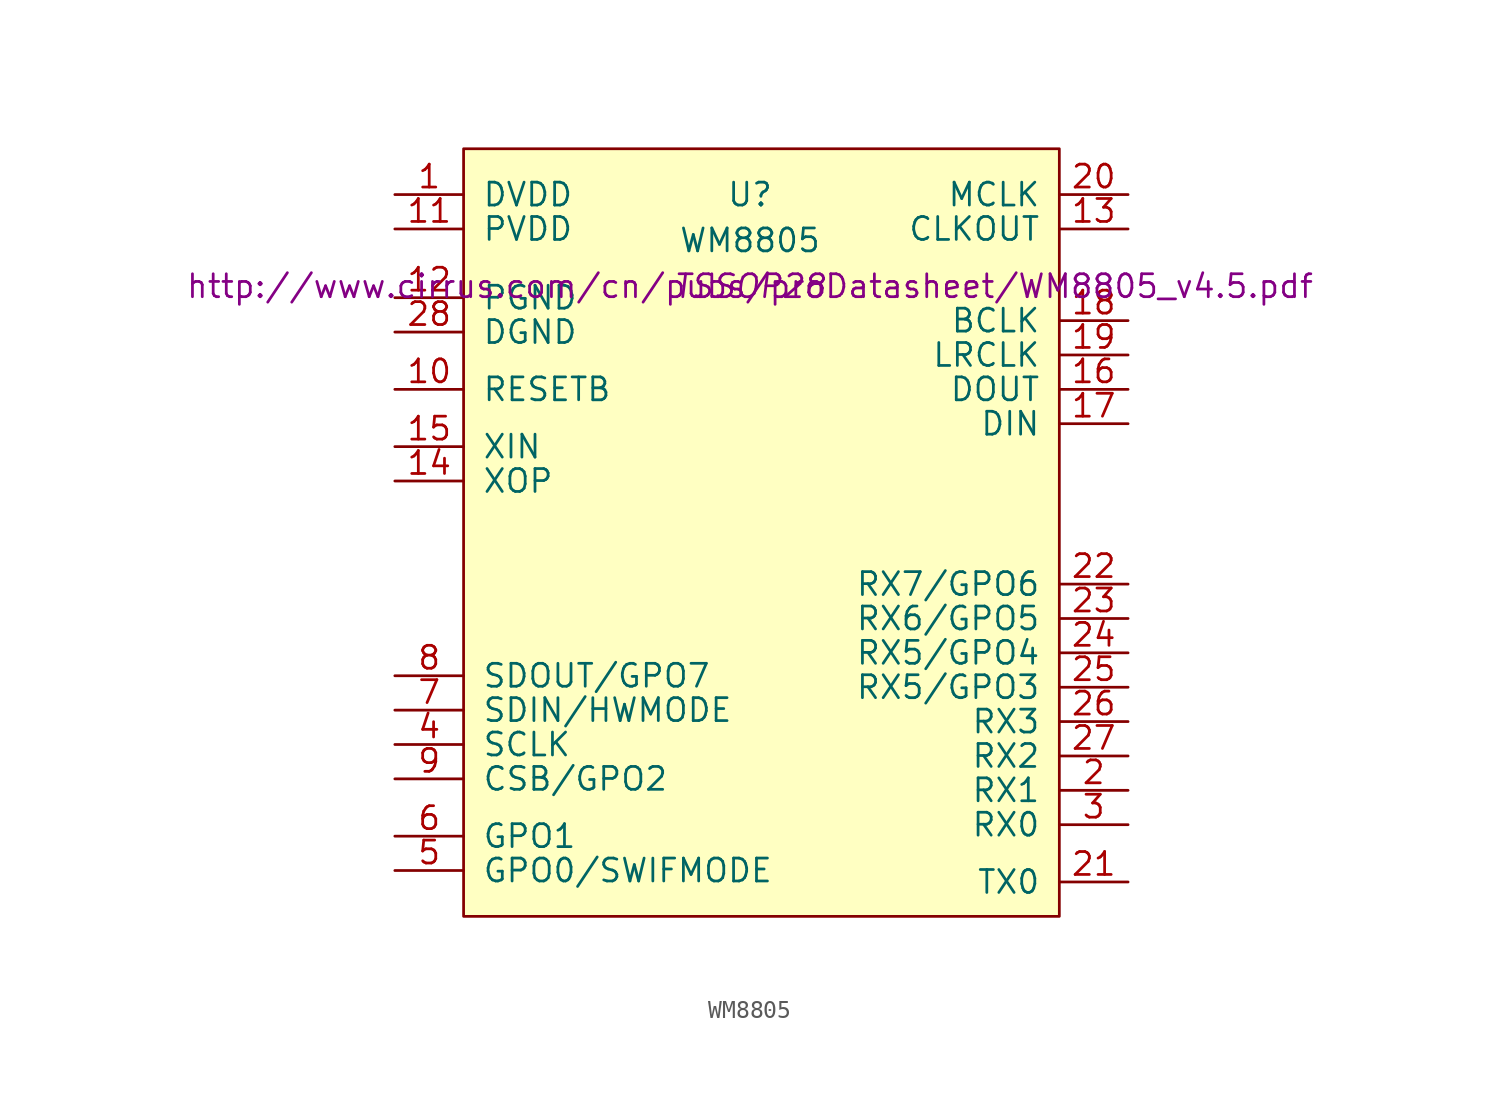
<source format=kicad_sym>
(kicad_symbol_lib
  (version 20211014)
  (generator kicad_symbol_editor)
  (symbol "WM8805"
    (pin_names
      (offset 1.016))
    (property "Reference" "U"
      (at -0.635 19.685 0)
      (effects (font (size 1.27 1.27))))
    (property "Value" "WM8805"
      (at -0.635 17.145 0)
      (effects (font (size 1.27 1.27))))
    (property "Footprint" "TSSOP28"
      (at -0.635 14.605 0)
      (effects (font (size 1.27 1.27) italic)))
    (property "Datasheet" "http://www.cirrus.com/cn/pubs/proDatasheet/WM8805_v4.5.pdf"
      (at -0.635 14.605 0)
      (effects (font (size 1.27 1.27))))
    (symbol "WM8805_0_1"
      (rectangle (start -16.51 22.225) (end 16.51 -20.32) (stroke (width 0) (type default) (color 0 0 0 0)) (fill (type background))))
    (symbol "WM8805_1_1"
      (pin power_in line (at -20.32 19.685 0) (length 3.81) (name "DVDD" (effects (font (size 1.27 1.27)))) (number "1" (effects (font (size 1.27 1.27)))))
      (pin input line (at -20.32 8.89 0) (length 3.81) (name "RESETB" (effects (font (size 1.27 1.27)))) (number "10" (effects (font (size 1.27 1.27)))))
      (pin power_in line (at -20.32 17.78 0) (length 3.81) (name "PVDD" (effects (font (size 1.27 1.27)))) (number "11" (effects (font (size 1.27 1.27)))))
      (pin power_in line (at -20.32 13.97 0) (length 3.81) (name "PGND" (effects (font (size 1.27 1.27)))) (number "12" (effects (font (size 1.27 1.27)))))
      (pin output line (at 20.32 17.78 180) (length 3.81) (name "CLKOUT" (effects (font (size 1.27 1.27)))) (number "13" (effects (font (size 1.27 1.27)))))
      (pin bidirectional line (at -20.32 3.81 0) (length 3.81) (name "XOP" (effects (font (size 1.27 1.27)))) (number "14" (effects (font (size 1.27 1.27)))))
      (pin bidirectional line (at -20.32 5.715 0) (length 3.81) (name "XIN" (effects (font (size 1.27 1.27)))) (number "15" (effects (font (size 1.27 1.27)))))
      (pin output line (at 20.32 8.89 180) (length 3.81) (name "DOUT" (effects (font (size 1.27 1.27)))) (number "16" (effects (font (size 1.27 1.27)))))
      (pin input line (at 20.32 6.985 180) (length 3.81) (name "DIN" (effects (font (size 1.27 1.27)))) (number "17" (effects (font (size 1.27 1.27)))))
      (pin bidirectional line (at 20.32 12.7 180) (length 3.81) (name "BCLK" (effects (font (size 1.27 1.27)))) (number "18" (effects (font (size 1.27 1.27)))))
      (pin bidirectional line (at 20.32 10.795 180) (length 3.81) (name "LRCLK" (effects (font (size 1.27 1.27)))) (number "19" (effects (font (size 1.27 1.27)))))
      (pin input line (at 20.32 -13.335 180) (length 3.81) (name "RX1" (effects (font (size 1.27 1.27)))) (number "2" (effects (font (size 1.27 1.27)))))
      (pin bidirectional line (at 20.32 19.685 180) (length 3.81) (name "MCLK" (effects (font (size 1.27 1.27)))) (number "20" (effects (font (size 1.27 1.27)))))
      (pin output line (at 20.32 -18.415 180) (length 3.81) (name "TX0" (effects (font (size 1.27 1.27)))) (number "21" (effects (font (size 1.27 1.27)))))
      (pin input line (at 20.32 -1.905 180) (length 3.81) (name "RX7/GPO6" (effects (font (size 1.27 1.27)))) (number "22" (effects (font (size 1.27 1.27)))))
      (pin input line (at 20.32 -3.81 180) (length 3.81) (name "RX6/GPO5" (effects (font (size 1.27 1.27)))) (number "23" (effects (font (size 1.27 1.27)))))
      (pin input line (at 20.32 -5.715 180) (length 3.81) (name "RX5/GPO4" (effects (font (size 1.27 1.27)))) (number "24" (effects (font (size 1.27 1.27)))))
      (pin input line (at 20.32 -7.62 180) (length 3.81) (name "RX5/GPO3" (effects (font (size 1.27 1.27)))) (number "25" (effects (font (size 1.27 1.27)))))
      (pin input line (at 20.32 -9.525 180) (length 3.81) (name "RX3" (effects (font (size 1.27 1.27)))) (number "26" (effects (font (size 1.27 1.27)))))
      (pin input line (at 20.32 -11.43 180) (length 3.81) (name "RX2" (effects (font (size 1.27 1.27)))) (number "27" (effects (font (size 1.27 1.27)))))
      (pin power_in line (at -20.32 12.065 0) (length 3.81) (name "DGND" (effects (font (size 1.27 1.27)))) (number "28" (effects (font (size 1.27 1.27)))))
      (pin input line (at 20.32 -15.24 180) (length 3.81) (name "RX0" (effects (font (size 1.27 1.27)))) (number "3" (effects (font (size 1.27 1.27)))))
      (pin input line (at -20.32 -10.795 0) (length 3.81) (name "SCLK" (effects (font (size 1.27 1.27)))) (number "4" (effects (font (size 1.27 1.27)))))
      (pin output line (at -20.32 -17.78 0) (length 3.81) (name "GPO0/SWIFMODE" (effects (font (size 1.27 1.27)))) (number "5" (effects (font (size 1.27 1.27)))))
      (pin output line (at -20.32 -15.875 0) (length 3.81) (name "GPO1" (effects (font (size 1.27 1.27)))) (number "6" (effects (font (size 1.27 1.27)))))
      (pin input line (at -20.32 -8.89 0) (length 3.81) (name "SDIN/HWMODE" (effects (font (size 1.27 1.27)))) (number "7" (effects (font (size 1.27 1.27)))))
      (pin output line (at -20.32 -6.985 0) (length 3.81) (name "SDOUT/GPO7" (effects (font (size 1.27 1.27)))) (number "8" (effects (font (size 1.27 1.27)))))
      (pin input line (at -20.32 -12.7 0) (length 3.81) (name "CSB/GPO2" (effects (font (size 1.27 1.27)))) (number "9" (effects (font (size 1.27 1.27))))))))
</source>
